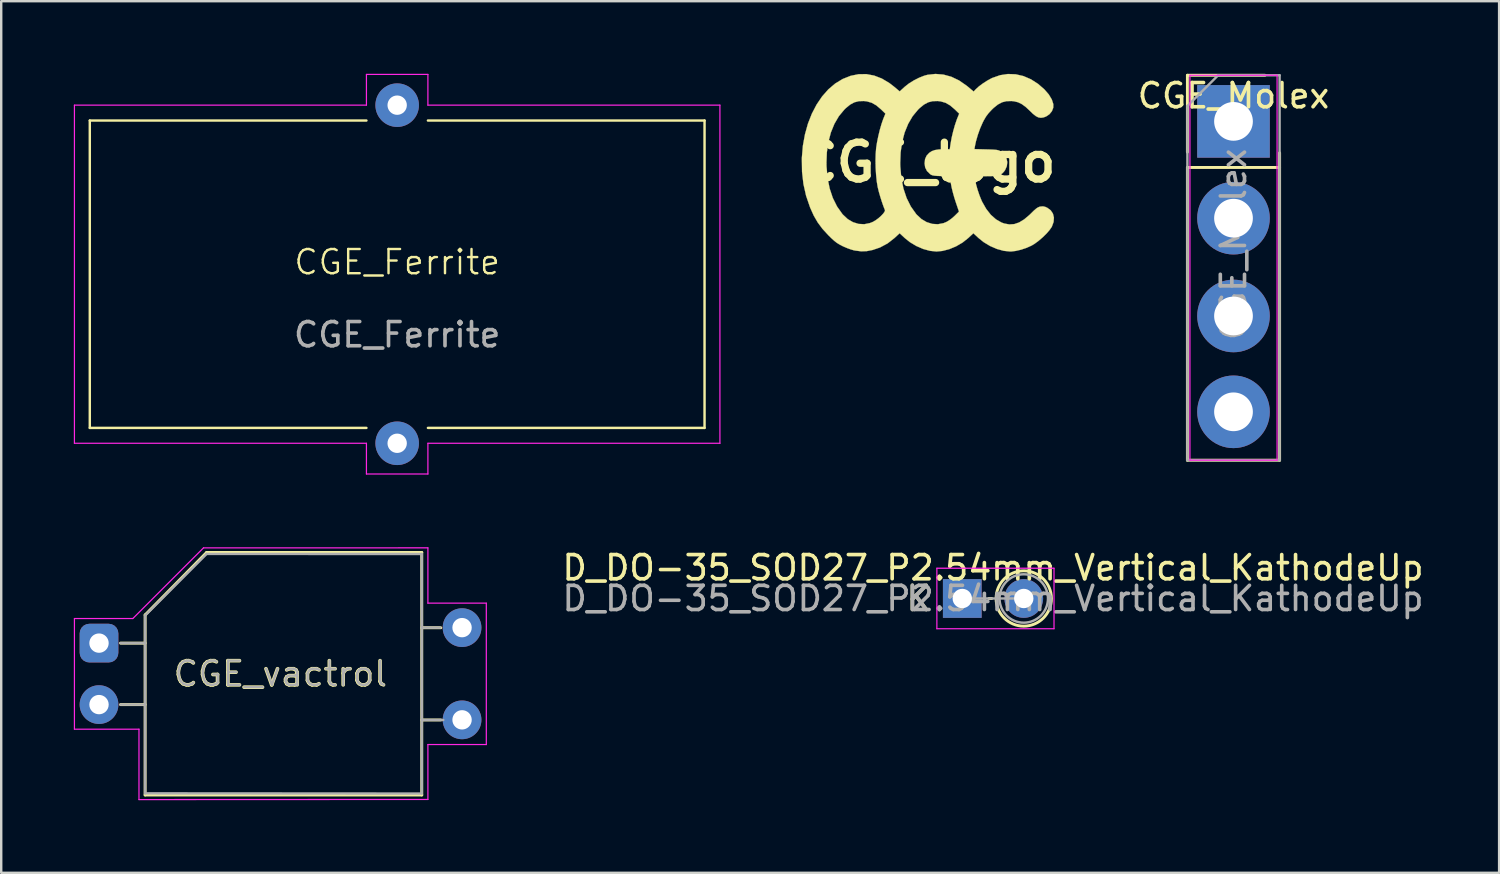
<source format=kicad_pcb>
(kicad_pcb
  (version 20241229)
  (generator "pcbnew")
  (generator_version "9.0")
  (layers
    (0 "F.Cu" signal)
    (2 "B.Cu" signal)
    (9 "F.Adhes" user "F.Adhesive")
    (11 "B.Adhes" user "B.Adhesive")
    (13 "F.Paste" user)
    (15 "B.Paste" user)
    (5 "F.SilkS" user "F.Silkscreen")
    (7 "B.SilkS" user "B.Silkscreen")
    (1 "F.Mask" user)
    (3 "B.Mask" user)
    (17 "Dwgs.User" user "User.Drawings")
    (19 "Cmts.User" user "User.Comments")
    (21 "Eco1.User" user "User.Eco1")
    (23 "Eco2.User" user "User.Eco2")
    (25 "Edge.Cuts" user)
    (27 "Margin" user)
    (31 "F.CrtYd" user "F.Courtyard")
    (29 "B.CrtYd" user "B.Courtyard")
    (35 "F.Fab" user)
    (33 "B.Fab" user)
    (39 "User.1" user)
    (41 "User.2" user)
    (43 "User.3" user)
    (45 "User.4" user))
  (footprint "CGE_Molex"
    (layer "F.Cu")
    (at 47.915 7.965)
    (property "Reference" "CGE_Molex" (at 0 -7.06 0) (layer "F.SilkS") (effects (font (size 1 1) (thickness 0.15))))
    (attr through_hole)
    (fp_line (start -1.905 -7.905) (end 1.3 -7.905) (stroke (width 0.12) (type solid)) (layer "F.SilkS"))
    (fp_line (start -1.905 -4.73) (end -1.905 -7.905) (stroke (width 0.12) (type solid)) (layer "F.SilkS"))
    (fp_line (start -1.905 -4.095) (end -1.905 8) (stroke (width 0.12) (type solid)) (layer "F.SilkS"))
    (fp_line (start -1.905 -4.095) (end 1.905 -4.095) (stroke (width 0.12) (type solid)) (layer "F.SilkS"))
    (fp_line (start -1.905 8) (end 1.905 8) (stroke (width 0.12) (type solid)) (layer "F.SilkS"))
    (fp_line (start 1.905 -4.7) (end 1.905 8) (stroke (width 0.12) (type solid)) (layer "F.SilkS"))
    (fp_line (start -1.8 -7.905) (end -1.8 8) (stroke (width 0.05) (type solid)) (layer "F.CrtYd"))
    (fp_line (start -1.8 8) (end 1.8 8) (stroke (width 0.05) (type solid)) (layer "F.CrtYd"))
    (fp_line (start 1.8 -7.905) (end -1.8 -7.905) (stroke (width 0.05) (type solid)) (layer "F.CrtYd"))
    (fp_line (start 1.8 8) (end 1.8 -7.905) (stroke (width 0.05) (type solid)) (layer "F.CrtYd"))
    (fp_line (start -1.905 -6.635) (end -0.635 -7.905) (stroke (width 0.1) (type solid)) (layer "F.Fab"))
    (fp_line (start -1.905 8) (end -1.905 -6.635) (stroke (width 0.1) (type solid)) (layer "F.Fab"))
    (fp_line (start -0.635 -7.905) (end 1.905 -7.905) (stroke (width 0.1) (type solid)) (layer "F.Fab"))
    (fp_line (start 1.905 -7.905) (end 1.905 8) (stroke (width 0.1) (type solid)) (layer "F.Fab"))
    (fp_line (start 1.905 8) (end -1.905 8) (stroke (width 0.1) (type solid)) (layer "F.Fab"))
    (fp_text user "${REFERENCE}" (at 0 -0.92 90) (layer "F.Fab") (effects (font (size 1 1) (thickness 0.15))))
    (pad "1" thru_hole rect (at 0 -6) (size 3 3) (drill 1.6) (layers "*.Cu" "*.Mask"))
    (pad "2" thru_hole circle (at 0 -2) (size 3 3) (drill 1.6) (layers "*.Cu" "*.Mask"))
    (pad "3" thru_hole circle (at 0 2.04) (size 3 3) (drill 1.6) (layers "*.Cu" "*.Mask"))
    (pad "4" thru_hole circle (at 0 6) (size 3 3) (drill 1.6) (layers "*.Cu" "*.Mask")))
  (footprint "D_DO-35_SOD27_P2.54mm_Vertical_KathodeUp"
    (layer "F.Cu")
    (at 36.709 21.678)
    (property "Reference" "D_DO-35_SOD27_P2.54mm_Vertical_KathodeUp" (at 1.27 -1.27 0) (layer "F.SilkS") (effects (font (size 1 1) (thickness 0.15))))
    (attr through_hole)
    (fp_line (start 1.214 0) (end 1.1 0) (stroke (width 0.12) (type solid)) (layer "F.SilkS"))
    (fp_circle (center 2.54 0) (end 3.683 0) (stroke (width 0.12) (type solid)) (fill no) (layer "F.SilkS"))
    (fp_line (start -1.05 -1.25) (end -1.05 1.25) (stroke (width 0.05) (type solid)) (layer "F.CrtYd"))
    (fp_line (start -1.05 1.25) (end 3.79 1.25) (stroke (width 0.05) (type solid)) (layer "F.CrtYd"))
    (fp_line (start 3.79 -1.25) (end -1.05 -1.25) (stroke (width 0.05) (type solid)) (layer "F.CrtYd"))
    (fp_line (start 3.79 1.25) (end 3.79 -1.25) (stroke (width 0.05) (type solid)) (layer "F.CrtYd"))
    (fp_line (start 0 0) (end 2.54 0) (stroke (width 0.1) (type solid)) (layer "F.Fab"))
    (fp_circle (center 2.54 0) (end 3.54 0) (stroke (width 0.1) (type solid)) (fill no) (layer "F.Fab"))
    (fp_text user "K" (at -1.8 0 0) (layer "F.SilkS") (effects (font (size 1 1) (thickness 0.15))))
    (fp_text user "K" (at -1.8 0 0) (layer "F.Fab") (effects (font (size 1 1) (thickness 0.15))))
    (fp_text user "${REFERENCE}" (at 1.27 0 0) (layer "F.Fab") (effects (font (size 1 1) (thickness 0.15))))
    (pad "1" thru_hole rect (at 0 0) (size 1.6 1.6) (drill 0.8) (layers "*.Cu" "*.Mask"))
    (pad "2" thru_hole oval (at 2.54 0) (size 1.6 1.6) (drill 0.8) (layers "*.Cu" "*.Mask")))
  (footprint "CGE_vactrol"
    (layer "F.Cu")
    (at 1.041 22.887)
    (property "Reference" "CGE_vactrol" (at 7.493 1.905 0) (layer "F.SilkS") (effects (font (size 1 1) (thickness 0.15))))
    (attr through_hole)
    (fp_line (start 1.905 -0.53) (end 1.905 6.91) (stroke (width 0.12) (type solid)) (layer "F.SilkS"))
    (fp_line (start 1.905 0.635) (end 0.889 0.635) (stroke (width 0.12) (type solid)) (layer "F.SilkS"))
    (fp_line (start 1.905 3.175) (end 0.889 3.175) (stroke (width 0.12) (type solid)) (layer "F.SilkS"))
    (fp_line (start 1.905 6.91) (end 13.335 6.91) (stroke (width 0.12) (type solid)) (layer "F.SilkS"))
    (fp_line (start 4.445 -3.11) (end 1.905 -0.53) (stroke (width 0.12) (type solid)) (layer "F.SilkS"))
    (fp_line (start 13.335 -3.11) (end 4.445 -3.11) (stroke (width 0.12) (type solid)) (layer "F.SilkS"))
    (fp_line (start 13.335 0) (end 14.122 0) (stroke (width 0.12) (type solid)) (layer "F.SilkS"))
    (fp_line (start 13.335 3.81) (end 14.122 3.81) (stroke (width 0.12) (type solid)) (layer "F.SilkS"))
    (fp_line (start 13.335 6.91) (end 13.335 -3.11) (stroke (width 0.12) (type solid)) (layer "F.SilkS"))
    (fp_line (start -1.016 4.191) (end -1.016 -0.381) (stroke (width 0.05) (type solid)) (layer "F.CrtYd"))
    (fp_line (start 1.397 -0.381) (end -1.016 -0.381) (stroke (width 0.05) (type solid)) (layer "F.CrtYd"))
    (fp_line (start 1.397 -0.381) (end 4.318 -3.302) (stroke (width 0.05) (type solid)) (layer "F.CrtYd"))
    (fp_line (start 1.651 4.191) (end -1.016 4.191) (stroke (width 0.05) (type solid)) (layer "F.CrtYd"))
    (fp_line (start 1.651 7.1) (end 1.651 4.191) (stroke (width 0.05) (type solid)) (layer "F.CrtYd"))
    (fp_line (start 4.318 -3.3) (end 13.589 -3.302) (stroke (width 0.05) (type solid)) (layer "F.CrtYd"))
    (fp_line (start 13.589 -3.3) (end 13.589 -1.016) (stroke (width 0.05) (type solid)) (layer "F.CrtYd"))
    (fp_line (start 13.589 4.826) (end 13.589 7.094) (stroke (width 0.05) (type solid)) (layer "F.CrtYd"))
    (fp_line (start 13.589 7.094) (end 1.651 7.1) (stroke (width 0.05) (type solid)) (layer "F.CrtYd"))
    (fp_line (start 16.002 -1.016) (end 13.589 -1.016) (stroke (width 0.05) (type solid)) (layer "F.CrtYd"))
    (fp_line (start 16.002 4.826) (end 13.589 4.826) (stroke (width 0.05) (type solid)) (layer "F.CrtYd"))
    (fp_line (start 16.002 4.826) (end 16.002 -1.016) (stroke (width 0.05) (type solid)) (layer "F.CrtYd"))
    (fp_line (start 0.889 0.635) (end 1.905 0.635) (stroke (width 0.1) (type solid)) (layer "F.Fab"))
    (fp_line (start 0.889 3.175) (end 1.905 3.175) (stroke (width 0.1) (type solid)) (layer "F.Fab"))
    (fp_line (start 1.905 6.842) (end 1.905 -0.508) (stroke (width 0.1) (type solid)) (layer "F.Fab"))
    (fp_line (start 4.445 -3.05) (end 1.905 -0.508) (stroke (width 0.1) (type solid)) (layer "F.Fab"))
    (fp_line (start 4.445 -3.05) (end 13.335 -3.048) (stroke (width 0.1) (type solid)) (layer "F.Fab"))
    (fp_line (start 13.335 -3.05) (end 13.335 6.85) (stroke (width 0.1) (type solid)) (layer "F.Fab"))
    (fp_line (start 13.335 6.85) (end 1.905 6.842) (stroke (width 0.1) (type solid)) (layer "F.Fab"))
    (fp_line (start 14.097 -0.005) (end 13.335 -0.005) (stroke (width 0.1) (type solid)) (layer "F.Fab"))
    (fp_line (start 14.224 3.81) (end 13.335 3.81) (stroke (width 0.1) (type solid)) (layer "F.Fab"))
    (fp_text user "${REFERENCE}" (at 7.5 1.9 0) (layer "F.Fab") (effects (font (size 1 1) (thickness 0.1))))
    (pad "1" thru_hole roundrect (at 0 0.635) (size 1.6 1.6) (drill 0.8) (layers "*.Cu" "*.Mask") (roundrect_rratio 0.25))
    (pad "2" thru_hole circle (at 0 3.175) (size 1.6 1.6) (drill 0.8) (layers "*.Cu" "*.Mask"))
    (pad "3" thru_hole circle (at 15 -0.005) (size 1.6 1.6) (drill 0.8) (layers "*.Cu" "*.Mask"))
    (pad "4" thru_hole circle (at 15 3.805) (size 1.6 1.6) (drill 0.8) (layers "*.Cu" "*.Mask")))
  (footprint "CGE_logo"
    (layer "F.Cu")
    (at 35.279 3.658)
    (property "Reference" "CGE_logo" (at 0 0 0) (layer "F.SilkS") (effects (font (size 1.524 1.524) (thickness 0.3))))
    (attr through_hole)
    (fp_poly (pts (xy 0.652 -3.626) (xy 0.976 -3.537) (xy 1.293 -3.386) (xy 1.602 -3.173) (xy 1.656 -3.13) (xy 1.898 -2.926) (xy 1.989 -3.022) (xy 2.113 -3.135) (xy 2.275 -3.256) (xy 2.453 -3.372) (xy 2.627 -3.468) (xy 2.672 -3.489) (xy 2.992 -3.601) (xy 3.315 -3.65) (xy 3.638 -3.638) (xy 3.956 -3.565) (xy 4.266 -3.432) (xy 4.564 -3.24) (xy 4.829 -3.008) (xy 5.006 -2.803) (xy 5.129 -2.597) (xy 5.191 -2.407) (xy 5.189 -2.257) (xy 5.133 -2.114) (xy 5.032 -1.989) (xy 4.894 -1.896) (xy 4.786 -1.856) (xy 4.676 -1.841) (xy 4.573 -1.858) (xy 4.467 -1.912) (xy 4.345 -2.009) (xy 4.227 -2.124) (xy 4.05 -2.29) (xy 3.889 -2.407) (xy 3.733 -2.483) (xy 3.567 -2.523) (xy 3.461 -2.534) (xy 3.259 -2.528) (xy 3.077 -2.483) (xy 2.904 -2.392) (xy 2.726 -2.25) (xy 2.649 -2.176) (xy 2.516 -2.033) (xy 2.412 -1.895) (xy 2.319 -1.736) (xy 2.275 -1.649) (xy 2.167 -1.403) (xy 2.071 -1.134) (xy 1.995 -0.87) (xy 1.954 -0.678) (xy 1.932 -0.547) (xy 2.419 -0.535) (xy 2.608 -0.53) (xy 2.747 -0.523) (xy 2.845 -0.514) (xy 2.916 -0.5) (xy 2.97 -0.48) (xy 3.021 -0.452) (xy 3.023 -0.451) (xy 3.163 -0.33) (xy 3.253 -0.181) (xy 3.289 -0.014) (xy 3.271 0.157) (xy 3.197 0.323) (xy 3.15 0.386) (xy 3.086 0.453) (xy 3.015 0.502) (xy 2.928 0.536) (xy 2.813 0.557) (xy 2.658 0.568) (xy 2.454 0.571) (xy 2.398 0.572) (xy 1.936 0.571) (xy 1.957 0.706) (xy 1.998 0.905) (xy 2.062 1.133) (xy 2.141 1.366) (xy 2.227 1.578) (xy 2.254 1.635) (xy 2.42 1.926) (xy 2.61 2.168) (xy 2.822 2.355) (xy 3.05 2.486) (xy 3.168 2.528) (xy 3.376 2.565) (xy 3.577 2.551) (xy 3.778 2.483) (xy 3.983 2.359) (xy 4.2 2.177) (xy 4.267 2.112) (xy 4.388 1.993) (xy 4.479 1.914) (xy 4.551 1.865) (xy 4.615 1.837) (xy 4.664 1.826) (xy 4.766 1.818) (xy 4.858 1.839) (xy 4.944 1.878) (xy 5.085 1.983) (xy 5.176 2.121) (xy 5.216 2.284) (xy 5.202 2.463) (xy 5.134 2.65) (xy 5.125 2.667) (xy 5.035 2.798) (xy 4.905 2.947) (xy 4.747 3.101) (xy 4.578 3.246) (xy 4.41 3.369) (xy 4.292 3.439) (xy 4.086 3.532) (xy 3.859 3.608) (xy 3.636 3.66) (xy 3.438 3.683) (xy 3.413 3.683) (xy 3.144 3.656) (xy 2.861 3.578) (xy 2.579 3.456) (xy 2.314 3.297) (xy 2.102 3.127) (xy 1.889 2.929) (xy 1.676 3.127) (xy 1.44 3.314) (xy 1.173 3.47) (xy 0.891 3.587) (xy 0.609 3.66) (xy 0.365 3.683) (xy 0.096 3.656) (xy -0.187 3.578) (xy -0.469 3.456) (xy -0.734 3.297) (xy -0.946 3.127) (xy -1.159 2.929) (xy -1.372 3.127) (xy -1.655 3.348) (xy -1.971 3.517) (xy -2.274 3.62) (xy -2.517 3.668) (xy -2.744 3.676) (xy -2.985 3.646) (xy -3.048 3.634) (xy -3.174 3.598) (xy -3.329 3.542) (xy -3.483 3.476) (xy -3.524 3.456) (xy -3.648 3.391) (xy -3.755 3.324) (xy -3.86 3.242) (xy -3.978 3.135) (xy -4.112 3.003) (xy -4.349 2.744) (xy -4.542 2.484) (xy -4.706 2.202) (xy -4.852 1.879) (xy -4.859 1.862) (xy -5.023 1.384) (xy -5.133 0.896) (xy -5.191 0.388) (xy -5.196 0.041) (xy -4.183 0.041) (xy -4.179 0.175) (xy -4.137 0.646) (xy -4.05 1.08) (xy -3.919 1.473) (xy -3.744 1.824) (xy -3.528 2.129) (xy -3.499 2.162) (xy -3.303 2.345) (xy -3.086 2.472) (xy -2.856 2.543) (xy -2.62 2.556) (xy -2.384 2.508) (xy -2.26 2.458) (xy -2.148 2.392) (xy -2.033 2.307) (xy -1.927 2.213) (xy -1.839 2.12) (xy -1.781 2.04) (xy -1.763 1.981) (xy -1.765 1.973) (xy -1.826 1.82) (xy -1.893 1.628) (xy -1.959 1.418) (xy -2.018 1.214) (xy -2.061 1.037) (xy -2.065 1.021) (xy -2.103 0.791) (xy -2.131 0.518) (xy -2.149 0.224) (xy -2.152 0.041) (xy -1.135 0.041) (xy -1.131 0.175) (xy -1.089 0.646) (xy -1.002 1.08) (xy -0.871 1.473) (xy -0.696 1.824) (xy -0.48 2.129) (xy -0.451 2.162) (xy -0.257 2.343) (xy -0.042 2.47) (xy 0.187 2.542) (xy 0.421 2.557) (xy 0.652 2.513) (xy 0.777 2.462) (xy 0.889 2.395) (xy 1.015 2.301) (xy 1.12 2.206) (xy 1.293 2.034) (xy 1.155 1.628) (xy 1.096 1.44) (xy 1.039 1.236) (xy 0.992 1.043) (xy 0.964 0.899) (xy 0.911 0.577) (xy 0.553 0.566) (xy 0.389 0.56) (xy 0.275 0.55) (xy 0.197 0.535) (xy 0.14 0.512) (xy 0.105 0.489) (xy -0.029 0.358) (xy -0.105 0.205) (xy -0.127 0.041) (xy -0.108 -0.134) (xy -0.046 -0.274) (xy 0.063 -0.392) (xy 0.17 -0.462) (xy 0.298 -0.508) (xy 0.462 -0.533) (xy 0.655 -0.54) (xy 0.913 -0.54) (xy 0.95 -0.789) (xy 0.993 -1.028) (xy 1.055 -1.288) (xy 1.127 -1.543) (xy 1.203 -1.767) (xy 1.221 -1.813) (xy 1.302 -2.012) (xy 1.119 -2.19) (xy 0.926 -2.354) (xy 0.736 -2.462) (xy 0.535 -2.52) (xy 0.413 -2.534) (xy 0.206 -2.528) (xy 0.021 -2.481) (xy -0.154 -2.387) (xy -0.333 -2.241) (xy -0.397 -2.178) (xy -0.621 -1.908) (xy -0.806 -1.591) (xy -0.952 -1.233) (xy -1.056 -0.838) (xy -1.118 -0.411) (xy -1.135 0.041) (xy -2.152 0.041) (xy -2.155 -0.072) (xy -2.148 -0.349) (xy -2.129 -0.587) (xy -2.129 -0.59) (xy -2.092 -0.828) (xy -2.039 -1.087) (xy -1.976 -1.347) (xy -1.907 -1.587) (xy -1.838 -1.786) (xy -1.829 -1.808) (xy -1.746 -2.012) (xy -1.929 -2.19) (xy -2.122 -2.354) (xy -2.312 -2.462) (xy -2.513 -2.52) (xy -2.635 -2.534) (xy -2.842 -2.528) (xy -3.027 -2.481) (xy -3.202 -2.387) (xy -3.381 -2.241) (xy -3.445 -2.178) (xy -3.669 -1.908) (xy -3.854 -1.591) (xy -4 -1.233) (xy -4.104 -0.838) (xy -4.166 -0.411) (xy -4.183 0.041) (xy -5.196 0.041) (xy -5.199 -0.15) (xy -5.197 -0.206) (xy -5.155 -0.692) (xy -5.07 -1.158) (xy -4.947 -1.599) (xy -4.786 -2.01) (xy -4.59 -2.386) (xy -4.362 -2.723) (xy -4.106 -3.014) (xy -3.822 -3.256) (xy -3.514 -3.443) (xy -3.508 -3.446) (xy -3.18 -3.576) (xy -2.854 -3.642) (xy -2.53 -3.645) (xy -2.21 -3.585) (xy -1.893 -3.462) (xy -1.582 -3.276) (xy -1.395 -3.132) (xy -1.156 -2.932) (xy -0.951 -3.12) (xy -0.781 -3.255) (xy -0.575 -3.384) (xy -0.354 -3.496) (xy -0.14 -3.581) (xy -0.006 -3.617) (xy 0.324 -3.653) (xy 0.652 -3.626)) (stroke (width 0.01) (type solid)) (fill yes) (layer "F.SilkS")))
  (footprint "CGE_Ferrite"
    (layer "F.Cu")
    (at 13.36 8.28)
    (property "Reference" "CGE_Ferrite" (at 0 -0.5 0) (unlocked yes) (layer "F.SilkS") (effects (font (size 1 1) (thickness 0.1))))
    (attr through_hole)
    (fp_line (start -12.7 6.35) (end -12.7 -6.35) (stroke (width 0.1) (type default)) (layer "F.SilkS"))
    (fp_line (start -12.7 6.35) (end -1.27 6.35) (stroke (width 0.1) (type default)) (layer "F.SilkS"))
    (fp_line (start -1.27 -6.35) (end -12.7 -6.35) (stroke (width 0.1) (type default)) (layer "F.SilkS"))
    (fp_line (start 1.27 6.35) (end 12.7 6.35) (stroke (width 0.1) (type default)) (layer "F.SilkS"))
    (fp_line (start 12.7 -6.35) (end 1.27 -6.35) (stroke (width 0.1) (type default)) (layer "F.SilkS"))
    (fp_line (start 12.7 -6.35) (end 12.7 6.35) (stroke (width 0.1) (type default)) (layer "F.SilkS"))
    (fp_line (start -13.335 -6.985) (end -1.27 -6.985) (stroke (width 0.05) (type default)) (layer "F.CrtYd"))
    (fp_line (start -13.335 6.985) (end -13.335 -6.985) (stroke (width 0.05) (type default)) (layer "F.CrtYd"))
    (fp_line (start -1.27 -8.255) (end 1.27 -8.255) (stroke (width 0.05) (type default)) (layer "F.CrtYd"))
    (fp_line (start -1.27 -6.985) (end -1.27 -8.255) (stroke (width 0.05) (type default)) (layer "F.CrtYd"))
    (fp_line (start -1.27 6.985) (end -13.335 6.985) (stroke (width 0.05) (type default)) (layer "F.CrtYd"))
    (fp_line (start -1.27 8.255) (end -1.27 6.985) (stroke (width 0.05) (type default)) (layer "F.CrtYd"))
    (fp_line (start 1.27 -8.255) (end 1.27 -6.985) (stroke (width 0.05) (type default)) (layer "F.CrtYd"))
    (fp_line (start 1.27 -6.985) (end 13.335 -6.985) (stroke (width 0.05) (type default)) (layer "F.CrtYd"))
    (fp_line (start 1.27 6.985) (end 1.27 8.255) (stroke (width 0.05) (type default)) (layer "F.CrtYd"))
    (fp_line (start 1.27 8.255) (end -1.27 8.255) (stroke (width 0.05) (type default)) (layer "F.CrtYd"))
    (fp_line (start 13.335 -6.985) (end 13.335 6.985) (stroke (width 0.05) (type default)) (layer "F.CrtYd"))
    (fp_line (start 13.335 6.985) (end 1.27 6.985) (stroke (width 0.05) (type default)) (layer "F.CrtYd"))
    (fp_text user "${REFERENCE}" (at 0 2.5 0) (unlocked yes) (layer "F.Fab") (effects (font (size 1 1) (thickness 0.15))))
    (pad "1" thru_hole circle (at 0 -6.985) (size 1.8 1.8) (drill 0.8) (layers "*.Cu" "*.Mask"))
    (pad "2" thru_hole circle (at 0 6.985) (size 1.8 1.8) (drill 0.8) (layers "*.Cu" "*.Mask")))
  (gr_rect
    (start -3 -3)
    (end 58.889 33.012)
    (stroke (width 0.1) (type default))
    (fill no)
    (layer "Edge.Cuts")))
</source>
